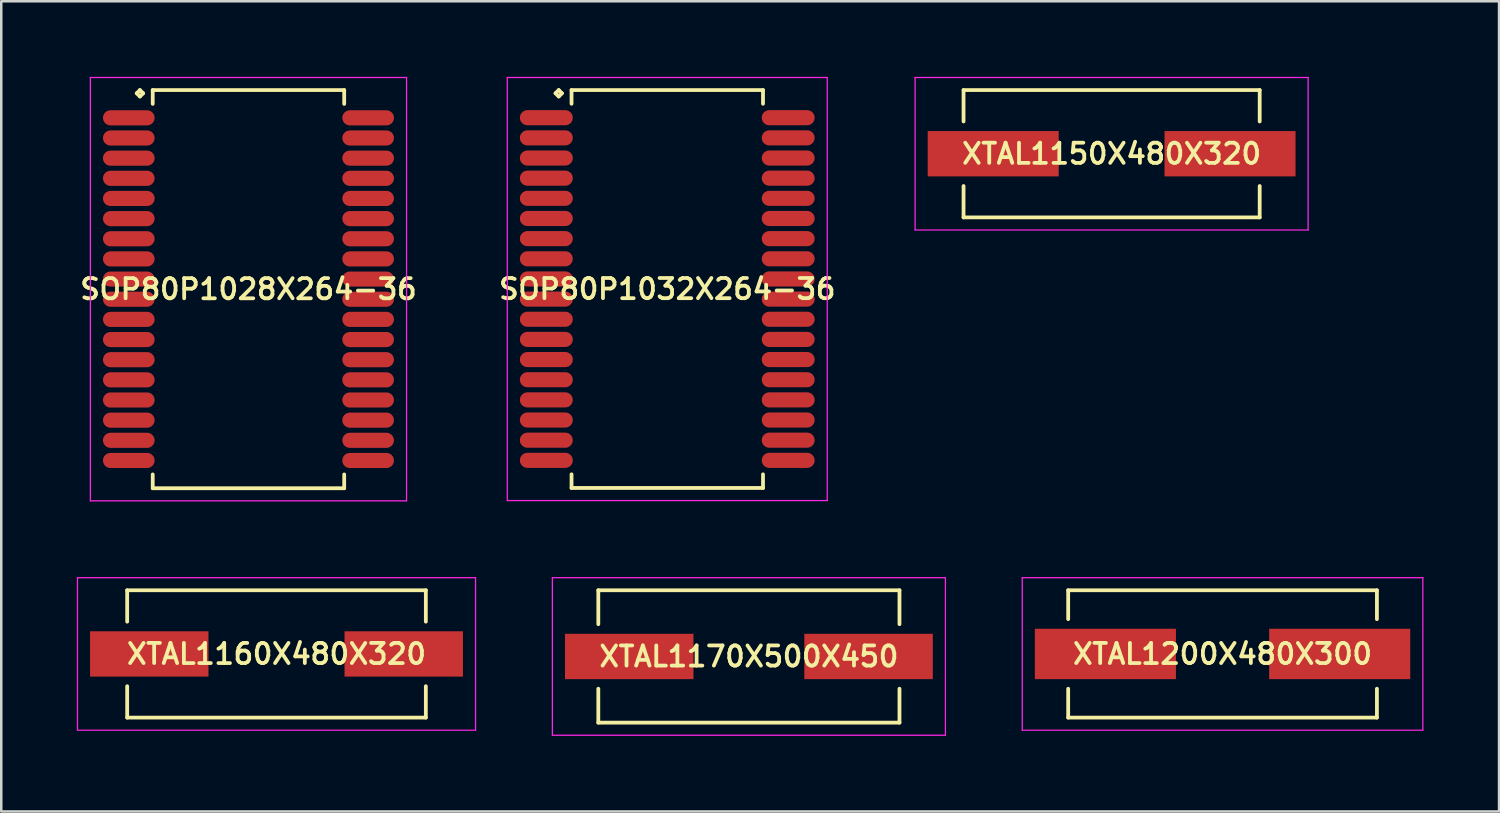
<source format=kicad_pcb>
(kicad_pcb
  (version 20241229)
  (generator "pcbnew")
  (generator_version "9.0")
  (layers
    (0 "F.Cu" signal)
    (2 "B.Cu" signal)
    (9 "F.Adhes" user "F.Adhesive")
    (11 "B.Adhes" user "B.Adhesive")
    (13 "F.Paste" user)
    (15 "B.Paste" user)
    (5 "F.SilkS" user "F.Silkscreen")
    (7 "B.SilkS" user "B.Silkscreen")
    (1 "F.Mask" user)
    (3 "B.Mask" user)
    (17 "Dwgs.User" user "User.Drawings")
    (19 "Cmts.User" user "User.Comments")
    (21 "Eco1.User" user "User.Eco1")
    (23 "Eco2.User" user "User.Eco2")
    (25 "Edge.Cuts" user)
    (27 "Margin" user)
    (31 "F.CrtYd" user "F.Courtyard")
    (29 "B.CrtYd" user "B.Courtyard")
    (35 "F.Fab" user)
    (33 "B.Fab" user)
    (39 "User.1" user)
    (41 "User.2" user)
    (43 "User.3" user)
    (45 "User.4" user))
  (footprint "XTAL1150X480X320"
    (layer "F.Cu")
    (at 41.072 3.052)
    (property "Reference" "XTAL1150X480X320" (at 0 0 0) (layer "F.SilkS") (effects (font (size 0.8 0.8) (thickness 0.15))))
    (attr smd)
    (fp_line (start -5.877 -2.527) (end 5.877 -2.527) (stroke (width 0.15) (type solid)) (layer "F.SilkS"))
    (fp_line (start -5.877 -1.281) (end -5.877 -2.527) (stroke (width 0.15) (type solid)) (layer "F.SilkS"))
    (fp_line (start -5.877 1.281) (end -5.877 2.527) (stroke (width 0.15) (type solid)) (layer "F.SilkS"))
    (fp_line (start -5.877 2.527) (end 5.877 2.527) (stroke (width 0.15) (type solid)) (layer "F.SilkS"))
    (fp_line (start 5.877 -2.527) (end 5.877 -1.281) (stroke (width 0.15) (type solid)) (layer "F.SilkS"))
    (fp_line (start 5.877 2.527) (end 5.877 1.281) (stroke (width 0.15) (type solid)) (layer "F.SilkS"))
    (fp_line (start -7.8 -3.027) (end 7.8 -3.027) (stroke (width 0.05) (type solid)) (layer "F.CrtYd"))
    (fp_line (start -7.8 3.027) (end -7.8 -3.027) (stroke (width 0.05) (type solid)) (layer "F.CrtYd"))
    (fp_line (start 7.8 -3.027) (end 7.8 3.027) (stroke (width 0.05) (type solid)) (layer "F.CrtYd"))
    (fp_line (start 7.8 3.027) (end -7.8 3.027) (stroke (width 0.05) (type solid)) (layer "F.CrtYd"))
    (pad "1" smd rect (at -4.7 0) (size 5.2 1.8) (layers "F.Cu" "F.Mask" "F.Paste"))
    (pad "2" smd rect (at 4.7 0) (size 5.2 1.8) (layers "F.Cu" "F.Mask" "F.Paste")))
  (footprint "XTAL1160X480X320"
    (layer "F.Cu")
    (at 7.925 22.906)
    (property "Reference" "XTAL1160X480X320" (at 0 0 0) (layer "F.SilkS") (effects (font (size 0.8 0.8) (thickness 0.15))))
    (attr smd)
    (fp_line (start -5.927 -2.527) (end 5.927 -2.527) (stroke (width 0.15) (type solid)) (layer "F.SilkS"))
    (fp_line (start -5.927 -1.281) (end -5.927 -2.527) (stroke (width 0.15) (type solid)) (layer "F.SilkS"))
    (fp_line (start -5.927 1.281) (end -5.927 2.527) (stroke (width 0.15) (type solid)) (layer "F.SilkS"))
    (fp_line (start -5.927 2.527) (end 5.927 2.527) (stroke (width 0.15) (type solid)) (layer "F.SilkS"))
    (fp_line (start 5.927 -2.527) (end 5.927 -1.281) (stroke (width 0.15) (type solid)) (layer "F.SilkS"))
    (fp_line (start 5.927 2.527) (end 5.927 1.281) (stroke (width 0.15) (type solid)) (layer "F.SilkS"))
    (fp_line (start -7.9 -3.027) (end 7.9 -3.027) (stroke (width 0.05) (type solid)) (layer "F.CrtYd"))
    (fp_line (start -7.9 3.027) (end -7.9 -3.027) (stroke (width 0.05) (type solid)) (layer "F.CrtYd"))
    (fp_line (start 7.9 -3.027) (end 7.9 3.027) (stroke (width 0.05) (type solid)) (layer "F.CrtYd"))
    (fp_line (start 7.9 3.027) (end -7.9 3.027) (stroke (width 0.05) (type solid)) (layer "F.CrtYd"))
    (pad "1" smd rect (at -5.05 0) (size 4.7 1.8) (layers "F.Cu" "F.Mask" "F.Paste"))
    (pad "2" smd rect (at 5.05 0) (size 4.7 1.8) (layers "F.Cu" "F.Mask" "F.Paste")))
  (footprint "XTAL1200X480X300"
    (layer "F.Cu")
    (at 45.475 22.906)
    (property "Reference" "XTAL1200X480X300" (at 0 0 0) (layer "F.SilkS") (effects (font (size 0.8 0.8) (thickness 0.15))))
    (attr smd)
    (fp_line (start -6.127 -2.527) (end 6.127 -2.527) (stroke (width 0.15) (type solid)) (layer "F.SilkS"))
    (fp_line (start -6.127 -1.381) (end -6.127 -2.527) (stroke (width 0.15) (type solid)) (layer "F.SilkS"))
    (fp_line (start -6.127 1.381) (end -6.127 2.527) (stroke (width 0.15) (type solid)) (layer "F.SilkS"))
    (fp_line (start -6.127 2.527) (end 6.127 2.527) (stroke (width 0.15) (type solid)) (layer "F.SilkS"))
    (fp_line (start 6.127 -2.527) (end 6.127 -1.381) (stroke (width 0.15) (type solid)) (layer "F.SilkS"))
    (fp_line (start 6.127 2.527) (end 6.127 1.381) (stroke (width 0.15) (type solid)) (layer "F.SilkS"))
    (fp_line (start -7.95 -3.027) (end 7.95 -3.027) (stroke (width 0.05) (type solid)) (layer "F.CrtYd"))
    (fp_line (start -7.95 3.027) (end -7.95 -3.027) (stroke (width 0.05) (type solid)) (layer "F.CrtYd"))
    (fp_line (start 7.95 -3.027) (end 7.95 3.027) (stroke (width 0.05) (type solid)) (layer "F.CrtYd"))
    (fp_line (start 7.95 3.027) (end -7.95 3.027) (stroke (width 0.05) (type solid)) (layer "F.CrtYd"))
    (pad "1" smd rect (at -4.65 0) (size 5.6 2) (layers "F.Cu" "F.Mask" "F.Paste"))
    (pad "2" smd rect (at 4.65 0) (size 5.6 2) (layers "F.Cu" "F.Mask" "F.Paste")))
  (footprint "SOP80P1028X264-36"
    (layer "F.Cu")
    (at 6.812 8.427)
    (property "Reference" "SOP80P1028X264-36" (at 0 0 0) (layer "F.SilkS") (effects (font (size 0.8 0.8) (thickness 0.15))))
    (attr smd)
    (fp_line (start -4.435 -7.775) (end -4.308 -7.902) (stroke (width 0.15) (type solid)) (layer "F.SilkS"))
    (fp_line (start -4.308 -7.902) (end -4.181 -7.775) (stroke (width 0.15) (type solid)) (layer "F.SilkS"))
    (fp_line (start -4.308 -7.648) (end -4.435 -7.775) (stroke (width 0.15) (type solid)) (layer "F.SilkS"))
    (fp_line (start -4.181 -7.775) (end -4.308 -7.648) (stroke (width 0.15) (type solid)) (layer "F.SilkS"))
    (fp_line (start -3.8 -7.902) (end 3.8 -7.902) (stroke (width 0.15) (type solid)) (layer "F.SilkS"))
    (fp_line (start -3.8 -7.354) (end -3.8 -7.902) (stroke (width 0.15) (type solid)) (layer "F.SilkS"))
    (fp_line (start -3.8 7.354) (end -3.8 7.902) (stroke (width 0.15) (type solid)) (layer "F.SilkS"))
    (fp_line (start -3.8 7.902) (end 3.8 7.902) (stroke (width 0.15) (type solid)) (layer "F.SilkS"))
    (fp_line (start 3.8 -7.902) (end 3.8 -7.354) (stroke (width 0.15) (type solid)) (layer "F.SilkS"))
    (fp_line (start 3.8 7.902) (end 3.8 7.354) (stroke (width 0.15) (type solid)) (layer "F.SilkS"))
    (fp_line (start -6.275 -8.402) (end 6.275 -8.402) (stroke (width 0.05) (type solid)) (layer "F.CrtYd"))
    (fp_line (start -6.275 8.402) (end -6.275 -8.402) (stroke (width 0.05) (type solid)) (layer "F.CrtYd"))
    (fp_line (start 6.275 -8.402) (end 6.275 8.402) (stroke (width 0.05) (type solid)) (layer "F.CrtYd"))
    (fp_line (start 6.275 8.402) (end -6.275 8.402) (stroke (width 0.05) (type solid)) (layer "F.CrtYd"))
    (pad "1" smd oval (at -4.75 -6.8) (size 2.05 0.6) (layers "F.Cu" "F.Mask" "F.Paste"))
    (pad "2" smd oval (at -4.75 -6) (size 2.05 0.6) (layers "F.Cu" "F.Mask" "F.Paste"))
    (pad "3" smd oval (at -4.75 -5.2) (size 2.05 0.6) (layers "F.Cu" "F.Mask" "F.Paste"))
    (pad "4" smd oval (at -4.75 -4.4) (size 2.05 0.6) (layers "F.Cu" "F.Mask" "F.Paste"))
    (pad "5" smd oval (at -4.75 -3.6) (size 2.05 0.6) (layers "F.Cu" "F.Mask" "F.Paste"))
    (pad "6" smd oval (at -4.75 -2.8) (size 2.05 0.6) (layers "F.Cu" "F.Mask" "F.Paste"))
    (pad "7" smd oval (at -4.75 -2) (size 2.05 0.6) (layers "F.Cu" "F.Mask" "F.Paste"))
    (pad "8" smd oval (at -4.75 -1.2) (size 2.05 0.6) (layers "F.Cu" "F.Mask" "F.Paste"))
    (pad "9" smd oval (at -4.75 -0.4) (size 2.05 0.6) (layers "F.Cu" "F.Mask" "F.Paste"))
    (pad "10" smd oval (at -4.75 0.4) (size 2.05 0.6) (layers "F.Cu" "F.Mask" "F.Paste"))
    (pad "11" smd oval (at -4.75 1.2) (size 2.05 0.6) (layers "F.Cu" "F.Mask" "F.Paste"))
    (pad "12" smd oval (at -4.75 2) (size 2.05 0.6) (layers "F.Cu" "F.Mask" "F.Paste"))
    (pad "13" smd oval (at -4.75 2.8) (size 2.05 0.6) (layers "F.Cu" "F.Mask" "F.Paste"))
    (pad "14" smd oval (at -4.75 3.6) (size 2.05 0.6) (layers "F.Cu" "F.Mask" "F.Paste"))
    (pad "15" smd oval (at -4.75 4.4) (size 2.05 0.6) (layers "F.Cu" "F.Mask" "F.Paste"))
    (pad "16" smd oval (at -4.75 5.2) (size 2.05 0.6) (layers "F.Cu" "F.Mask" "F.Paste"))
    (pad "17" smd oval (at -4.75 6) (size 2.05 0.6) (layers "F.Cu" "F.Mask" "F.Paste"))
    (pad "18" smd oval (at -4.75 6.8) (size 2.05 0.6) (layers "F.Cu" "F.Mask" "F.Paste"))
    (pad "19" smd oval (at 4.75 6.8) (size 2.05 0.6) (layers "F.Cu" "F.Mask" "F.Paste"))
    (pad "20" smd oval (at 4.75 6) (size 2.05 0.6) (layers "F.Cu" "F.Mask" "F.Paste"))
    (pad "21" smd oval (at 4.75 5.2) (size 2.05 0.6) (layers "F.Cu" "F.Mask" "F.Paste"))
    (pad "22" smd oval (at 4.75 4.4) (size 2.05 0.6) (layers "F.Cu" "F.Mask" "F.Paste"))
    (pad "23" smd oval (at 4.75 3.6) (size 2.05 0.6) (layers "F.Cu" "F.Mask" "F.Paste"))
    (pad "24" smd oval (at 4.75 2.8) (size 2.05 0.6) (layers "F.Cu" "F.Mask" "F.Paste"))
    (pad "25" smd oval (at 4.75 2) (size 2.05 0.6) (layers "F.Cu" "F.Mask" "F.Paste"))
    (pad "26" smd oval (at 4.75 1.2) (size 2.05 0.6) (layers "F.Cu" "F.Mask" "F.Paste"))
    (pad "27" smd oval (at 4.75 0.4) (size 2.05 0.6) (layers "F.Cu" "F.Mask" "F.Paste"))
    (pad "28" smd oval (at 4.75 -0.4) (size 2.05 0.6) (layers "F.Cu" "F.Mask" "F.Paste"))
    (pad "29" smd oval (at 4.75 -1.2) (size 2.05 0.6) (layers "F.Cu" "F.Mask" "F.Paste"))
    (pad "30" smd oval (at 4.75 -2) (size 2.05 0.6) (layers "F.Cu" "F.Mask" "F.Paste"))
    (pad "31" smd oval (at 4.75 -2.8) (size 2.05 0.6) (layers "F.Cu" "F.Mask" "F.Paste"))
    (pad "32" smd oval (at 4.75 -3.6) (size 2.05 0.6) (layers "F.Cu" "F.Mask" "F.Paste"))
    (pad "33" smd oval (at 4.75 -4.4) (size 2.05 0.6) (layers "F.Cu" "F.Mask" "F.Paste"))
    (pad "34" smd oval (at 4.75 -5.2) (size 2.05 0.6) (layers "F.Cu" "F.Mask" "F.Paste"))
    (pad "35" smd oval (at 4.75 -6) (size 2.05 0.6) (layers "F.Cu" "F.Mask" "F.Paste"))
    (pad "36" smd oval (at 4.75 -6.8) (size 2.05 0.6) (layers "F.Cu" "F.Mask" "F.Paste")))
  (footprint "XTAL1170X500X450"
    (layer "F.Cu")
    (at 26.675 23.006)
    (property "Reference" "XTAL1170X500X450" (at 0 0 0) (layer "F.SilkS") (effects (font (size 0.8 0.8) (thickness 0.15))))
    (attr smd)
    (fp_line (start -5.977 -2.627) (end 5.977 -2.627) (stroke (width 0.15) (type solid)) (layer "F.SilkS"))
    (fp_line (start -5.977 -1.281) (end -5.977 -2.627) (stroke (width 0.15) (type solid)) (layer "F.SilkS"))
    (fp_line (start -5.977 1.281) (end -5.977 2.627) (stroke (width 0.15) (type solid)) (layer "F.SilkS"))
    (fp_line (start -5.977 2.627) (end 5.977 2.627) (stroke (width 0.15) (type solid)) (layer "F.SilkS"))
    (fp_line (start 5.977 -2.627) (end 5.977 -1.281) (stroke (width 0.15) (type solid)) (layer "F.SilkS"))
    (fp_line (start 5.977 2.627) (end 5.977 1.281) (stroke (width 0.15) (type solid)) (layer "F.SilkS"))
    (fp_line (start -7.8 -3.127) (end 7.8 -3.127) (stroke (width 0.05) (type solid)) (layer "F.CrtYd"))
    (fp_line (start -7.8 3.127) (end -7.8 -3.127) (stroke (width 0.05) (type solid)) (layer "F.CrtYd"))
    (fp_line (start 7.8 -3.127) (end 7.8 3.127) (stroke (width 0.05) (type solid)) (layer "F.CrtYd"))
    (fp_line (start 7.8 3.127) (end -7.8 3.127) (stroke (width 0.05) (type solid)) (layer "F.CrtYd"))
    (pad "1" smd rect (at -4.75 0) (size 5.1 1.8) (layers "F.Cu" "F.Mask" "F.Paste"))
    (pad "2" smd rect (at 4.75 0) (size 5.1 1.8) (layers "F.Cu" "F.Mask" "F.Paste")))
  (footprint "SOP80P1032X264-36"
    (layer "F.Cu")
    (at 23.435 8.422)
    (property "Reference" "SOP80P1032X264-36" (at 0 0 0) (layer "F.SilkS") (effects (font (size 0.8 0.8) (thickness 0.15))))
    (attr smd)
    (fp_line (start -4.435 -7.77) (end -4.308 -7.897) (stroke (width 0.15) (type solid)) (layer "F.SilkS"))
    (fp_line (start -4.308 -7.897) (end -4.181 -7.77) (stroke (width 0.15) (type solid)) (layer "F.SilkS"))
    (fp_line (start -4.308 -7.643) (end -4.435 -7.77) (stroke (width 0.15) (type solid)) (layer "F.SilkS"))
    (fp_line (start -4.181 -7.77) (end -4.308 -7.643) (stroke (width 0.15) (type solid)) (layer "F.SilkS"))
    (fp_line (start -3.8 -7.897) (end 3.8 -7.897) (stroke (width 0.15) (type solid)) (layer "F.SilkS"))
    (fp_line (start -3.8 -7.354) (end -3.8 -7.897) (stroke (width 0.15) (type solid)) (layer "F.SilkS"))
    (fp_line (start -3.8 7.354) (end -3.8 7.897) (stroke (width 0.15) (type solid)) (layer "F.SilkS"))
    (fp_line (start -3.8 7.897) (end 3.8 7.897) (stroke (width 0.15) (type solid)) (layer "F.SilkS"))
    (fp_line (start 3.8 -7.897) (end 3.8 -7.354) (stroke (width 0.15) (type solid)) (layer "F.SilkS"))
    (fp_line (start 3.8 7.897) (end 3.8 7.354) (stroke (width 0.15) (type solid)) (layer "F.SilkS"))
    (fp_line (start -6.35 -8.397) (end 6.35 -8.397) (stroke (width 0.05) (type solid)) (layer "F.CrtYd"))
    (fp_line (start -6.35 8.397) (end -6.35 -8.397) (stroke (width 0.05) (type solid)) (layer "F.CrtYd"))
    (fp_line (start 6.35 -8.397) (end 6.35 8.397) (stroke (width 0.05) (type solid)) (layer "F.CrtYd"))
    (fp_line (start 6.35 8.397) (end -6.35 8.397) (stroke (width 0.05) (type solid)) (layer "F.CrtYd"))
    (pad "1" smd oval (at -4.8 -6.8) (size 2.1 0.6) (layers "F.Cu" "F.Mask" "F.Paste"))
    (pad "2" smd oval (at -4.8 -6) (size 2.1 0.6) (layers "F.Cu" "F.Mask" "F.Paste"))
    (pad "3" smd oval (at -4.8 -5.2) (size 2.1 0.6) (layers "F.Cu" "F.Mask" "F.Paste"))
    (pad "4" smd oval (at -4.8 -4.4) (size 2.1 0.6) (layers "F.Cu" "F.Mask" "F.Paste"))
    (pad "5" smd oval (at -4.8 -3.6) (size 2.1 0.6) (layers "F.Cu" "F.Mask" "F.Paste"))
    (pad "6" smd oval (at -4.8 -2.8) (size 2.1 0.6) (layers "F.Cu" "F.Mask" "F.Paste"))
    (pad "7" smd oval (at -4.8 -2) (size 2.1 0.6) (layers "F.Cu" "F.Mask" "F.Paste"))
    (pad "8" smd oval (at -4.8 -1.2) (size 2.1 0.6) (layers "F.Cu" "F.Mask" "F.Paste"))
    (pad "9" smd oval (at -4.8 -0.4) (size 2.1 0.6) (layers "F.Cu" "F.Mask" "F.Paste"))
    (pad "10" smd oval (at -4.8 0.4) (size 2.1 0.6) (layers "F.Cu" "F.Mask" "F.Paste"))
    (pad "11" smd oval (at -4.8 1.2) (size 2.1 0.6) (layers "F.Cu" "F.Mask" "F.Paste"))
    (pad "12" smd oval (at -4.8 2) (size 2.1 0.6) (layers "F.Cu" "F.Mask" "F.Paste"))
    (pad "13" smd oval (at -4.8 2.8) (size 2.1 0.6) (layers "F.Cu" "F.Mask" "F.Paste"))
    (pad "14" smd oval (at -4.8 3.6) (size 2.1 0.6) (layers "F.Cu" "F.Mask" "F.Paste"))
    (pad "15" smd oval (at -4.8 4.4) (size 2.1 0.6) (layers "F.Cu" "F.Mask" "F.Paste"))
    (pad "16" smd oval (at -4.8 5.2) (size 2.1 0.6) (layers "F.Cu" "F.Mask" "F.Paste"))
    (pad "17" smd oval (at -4.8 6) (size 2.1 0.6) (layers "F.Cu" "F.Mask" "F.Paste"))
    (pad "18" smd oval (at -4.8 6.8) (size 2.1 0.6) (layers "F.Cu" "F.Mask" "F.Paste"))
    (pad "19" smd oval (at 4.8 6.8) (size 2.1 0.6) (layers "F.Cu" "F.Mask" "F.Paste"))
    (pad "20" smd oval (at 4.8 6) (size 2.1 0.6) (layers "F.Cu" "F.Mask" "F.Paste"))
    (pad "21" smd oval (at 4.8 5.2) (size 2.1 0.6) (layers "F.Cu" "F.Mask" "F.Paste"))
    (pad "22" smd oval (at 4.8 4.4) (size 2.1 0.6) (layers "F.Cu" "F.Mask" "F.Paste"))
    (pad "23" smd oval (at 4.8 3.6) (size 2.1 0.6) (layers "F.Cu" "F.Mask" "F.Paste"))
    (pad "24" smd oval (at 4.8 2.8) (size 2.1 0.6) (layers "F.Cu" "F.Mask" "F.Paste"))
    (pad "25" smd oval (at 4.8 2) (size 2.1 0.6) (layers "F.Cu" "F.Mask" "F.Paste"))
    (pad "26" smd oval (at 4.8 1.2) (size 2.1 0.6) (layers "F.Cu" "F.Mask" "F.Paste"))
    (pad "27" smd oval (at 4.8 0.4) (size 2.1 0.6) (layers "F.Cu" "F.Mask" "F.Paste"))
    (pad "28" smd oval (at 4.8 -0.4) (size 2.1 0.6) (layers "F.Cu" "F.Mask" "F.Paste"))
    (pad "29" smd oval (at 4.8 -1.2) (size 2.1 0.6) (layers "F.Cu" "F.Mask" "F.Paste"))
    (pad "30" smd oval (at 4.8 -2) (size 2.1 0.6) (layers "F.Cu" "F.Mask" "F.Paste"))
    (pad "31" smd oval (at 4.8 -2.8) (size 2.1 0.6) (layers "F.Cu" "F.Mask" "F.Paste"))
    (pad "32" smd oval (at 4.8 -3.6) (size 2.1 0.6) (layers "F.Cu" "F.Mask" "F.Paste"))
    (pad "33" smd oval (at 4.8 -4.4) (size 2.1 0.6) (layers "F.Cu" "F.Mask" "F.Paste"))
    (pad "34" smd oval (at 4.8 -5.2) (size 2.1 0.6) (layers "F.Cu" "F.Mask" "F.Paste"))
    (pad "35" smd oval (at 4.8 -6) (size 2.1 0.6) (layers "F.Cu" "F.Mask" "F.Paste"))
    (pad "36" smd oval (at 4.8 -6.8) (size 2.1 0.6) (layers "F.Cu" "F.Mask" "F.Paste")))
  (gr_rect
    (start -3 -3)
    (end 56.45 29.158)
    (stroke (width 0.1) (type default))
    (fill no)
    (layer "Edge.Cuts")))
</source>
